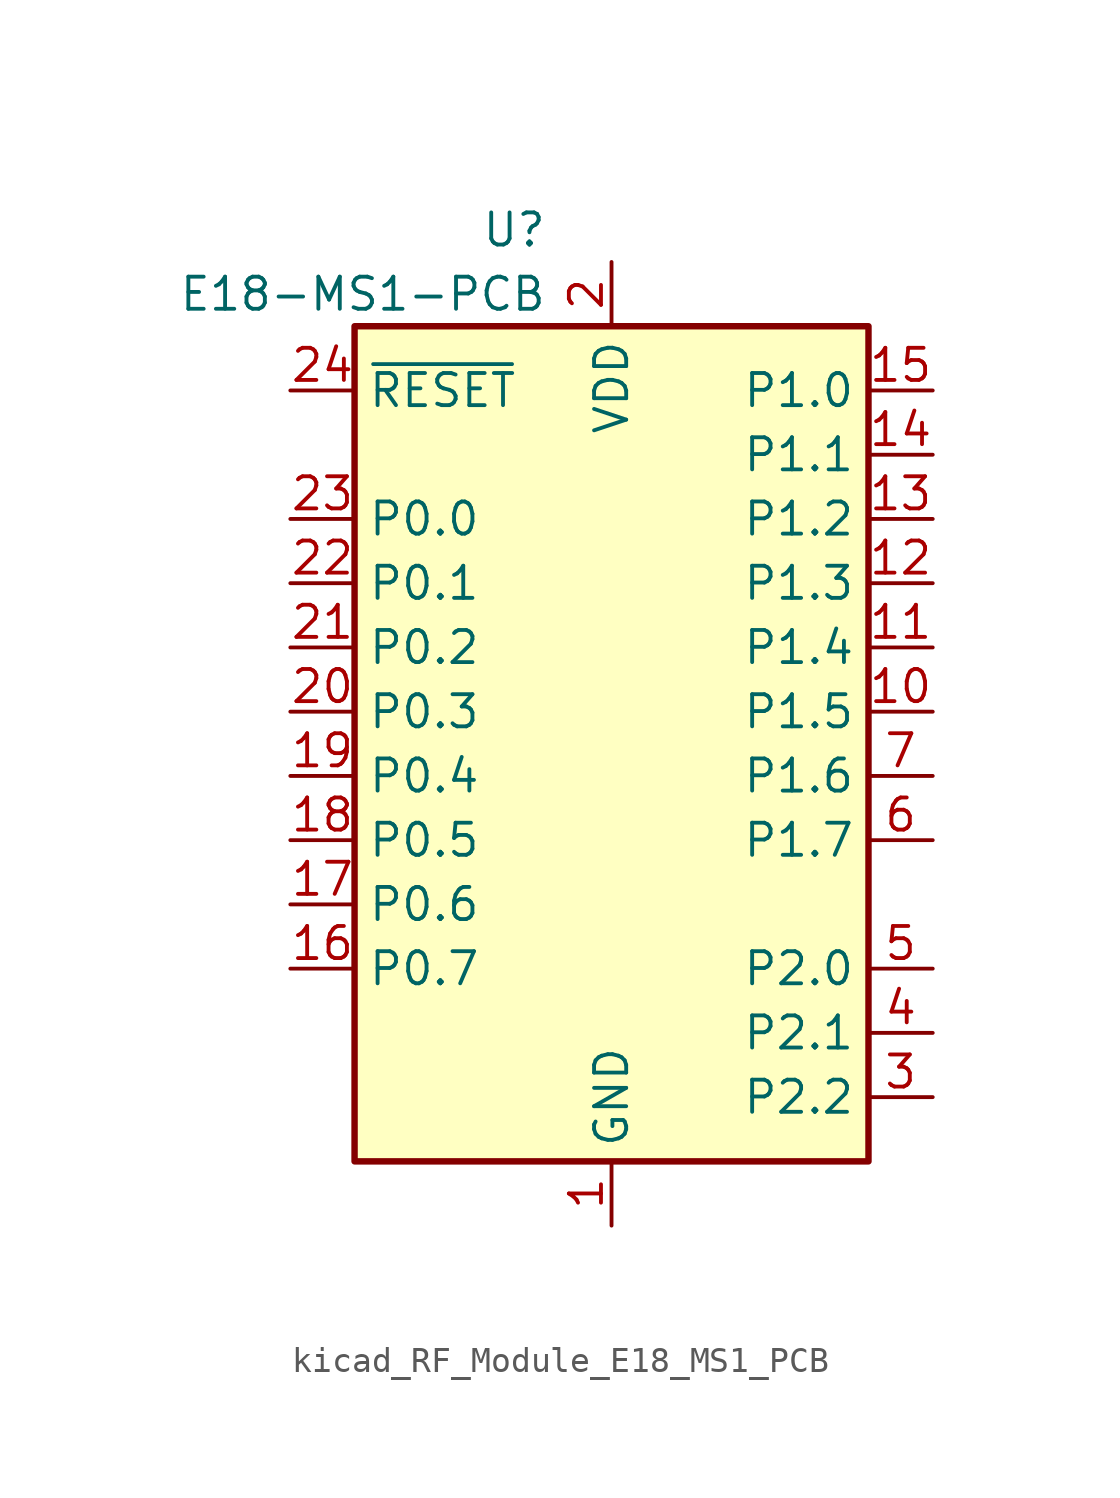
<source format=kicad_sym>
(kicad_symbol_lib
  (version 20220914)
  (generator kicad_symbol_editor)
  (symbol "kicad_RF_Module_E18_MS1_PCB"
    (property "Reference" "U"
      (at -2.54 21.59 0)
      (effects (font (size 1.27 1.27)) (justify right)))
    (property "Value" "E18-MS1-PCB"
      (at -2.54 19.05 0)
      (effects (font (size 1.27 1.27)) (justify right)))
    (symbol "kicad_RF_Module_E18_MS1_PCB_0_1"
      (rectangle (start -10.16 17.78) (end 10.16 -15.24) (stroke (width 0.254) (type default)) (fill (type background))))
    (symbol "kicad_RF_Module_E18_MS1_PCB_1_1"
      (pin power_in line (at 0 -17.78 90) (length 2.54) (name "GND" (effects (font (size 1.27 1.27)))) (number "1" (effects (font (size 1.27 1.27)))))
      (pin bidirectional line (at 12.7 2.54 180) (length 2.54) (name "P1.5" (effects (font (size 1.27 1.27)))) (number "10" (effects (font (size 1.27 1.27)))))
      (pin bidirectional line (at 12.7 5.08 180) (length 2.54) (name "P1.4" (effects (font (size 1.27 1.27)))) (number "11" (effects (font (size 1.27 1.27)))))
      (pin bidirectional line (at 12.7 7.62 180) (length 2.54) (name "P1.3" (effects (font (size 1.27 1.27)))) (number "12" (effects (font (size 1.27 1.27)))))
      (pin bidirectional line (at 12.7 10.16 180) (length 2.54) (name "P1.2" (effects (font (size 1.27 1.27)))) (number "13" (effects (font (size 1.27 1.27)))))
      (pin bidirectional line (at 12.7 12.7 180) (length 2.54) (name "P1.1" (effects (font (size 1.27 1.27)))) (number "14" (effects (font (size 1.27 1.27)))))
      (pin bidirectional line (at 12.7 15.24 180) (length 2.54) (name "P1.0" (effects (font (size 1.27 1.27)))) (number "15" (effects (font (size 1.27 1.27)))))
      (pin bidirectional line (at -12.7 -7.62 0) (length 2.54) (name "P0.7" (effects (font (size 1.27 1.27)))) (number "16" (effects (font (size 1.27 1.27)))))
      (pin bidirectional line (at -12.7 -5.08 0) (length 2.54) (name "P0.6" (effects (font (size 1.27 1.27)))) (number "17" (effects (font (size 1.27 1.27)))))
      (pin bidirectional line (at -12.7 -2.54 0) (length 2.54) (name "P0.5" (effects (font (size 1.27 1.27)))) (number "18" (effects (font (size 1.27 1.27)))))
      (pin bidirectional line (at -12.7 0 0) (length 2.54) (name "P0.4" (effects (font (size 1.27 1.27)))) (number "19" (effects (font (size 1.27 1.27)))))
      (pin power_in line (at 0 20.32 270) (length 2.54) (name "VDD" (effects (font (size 1.27 1.27)))) (number "2" (effects (font (size 1.27 1.27)))))
      (pin bidirectional line (at -12.7 2.54 0) (length 2.54) (name "P0.3" (effects (font (size 1.27 1.27)))) (number "20" (effects (font (size 1.27 1.27)))))
      (pin bidirectional line (at -12.7 5.08 0) (length 2.54) (name "P0.2" (effects (font (size 1.27 1.27)))) (number "21" (effects (font (size 1.27 1.27)))))
      (pin bidirectional line (at -12.7 7.62 0) (length 2.54) (name "P0.1" (effects (font (size 1.27 1.27)))) (number "22" (effects (font (size 1.27 1.27)))))
      (pin bidirectional line (at -12.7 10.16 0) (length 2.54) (name "P0.0" (effects (font (size 1.27 1.27)))) (number "23" (effects (font (size 1.27 1.27)))))
      (pin input line (at -12.7 15.24 0) (length 2.54) (name "~{RESET}" (effects (font (size 1.27 1.27)))) (number "24" (effects (font (size 1.27 1.27)))))
      (pin bidirectional line (at 12.7 -12.7 180) (length 2.54) (name "P2.2" (effects (font (size 1.27 1.27)))) (number "3" (effects (font (size 1.27 1.27)))))
      (pin bidirectional line (at 12.7 -10.16 180) (length 2.54) (name "P2.1" (effects (font (size 1.27 1.27)))) (number "4" (effects (font (size 1.27 1.27)))))
      (pin bidirectional line (at 12.7 -7.62 180) (length 2.54) (name "P2.0" (effects (font (size 1.27 1.27)))) (number "5" (effects (font (size 1.27 1.27)))))
      (pin bidirectional line (at 12.7 -2.54 180) (length 2.54) (name "P1.7" (effects (font (size 1.27 1.27)))) (number "6" (effects (font (size 1.27 1.27)))))
      (pin bidirectional line (at 12.7 0 180) (length 2.54) (name "P1.6" (effects (font (size 1.27 1.27)))) (number "7" (effects (font (size 1.27 1.27)))))
      (pin no_connect line (at -10.16 -10.16 0) (length 2.54) hide (name "NC" (effects (font (size 1.27 1.27)))) (number "8" (effects (font (size 1.27 1.27)))))
      (pin no_connect line (at -10.16 -12.7 0) (length 2.54) hide (name "NC" (effects (font (size 1.27 1.27)))) (number "9" (effects (font (size 1.27 1.27))))))))
</source>
